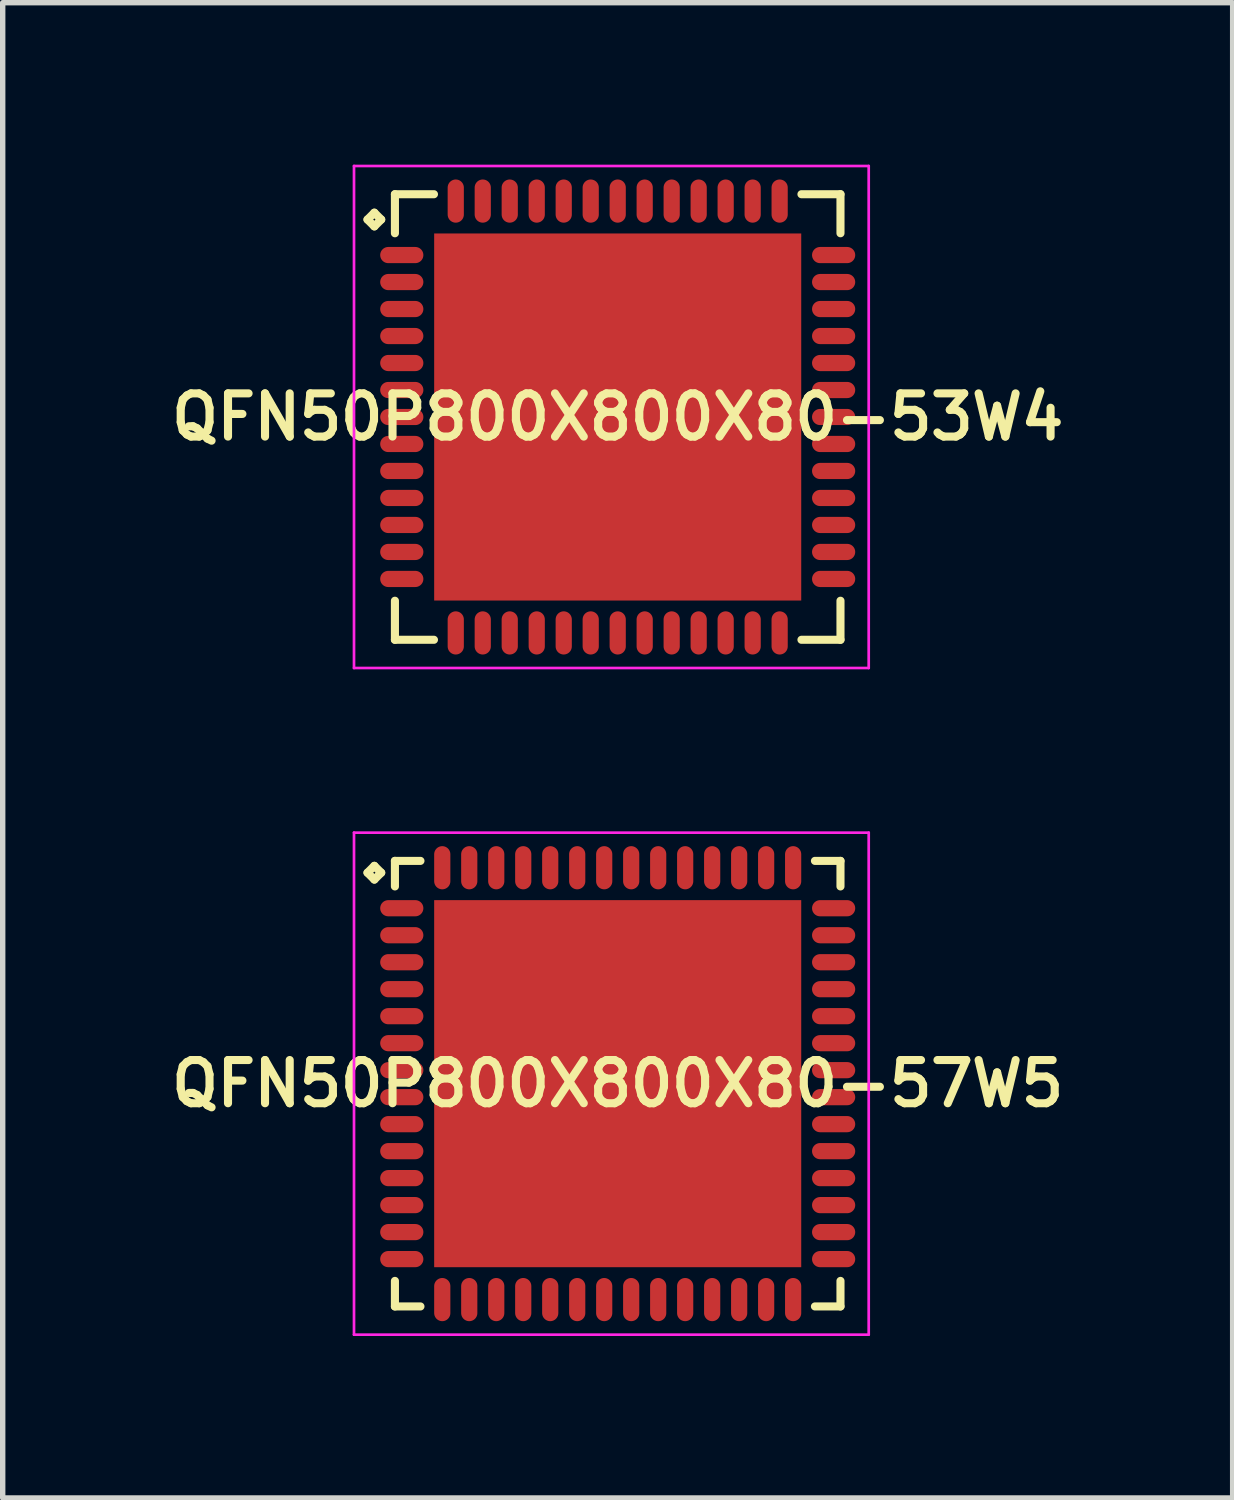
<source format=kicad_pcb>
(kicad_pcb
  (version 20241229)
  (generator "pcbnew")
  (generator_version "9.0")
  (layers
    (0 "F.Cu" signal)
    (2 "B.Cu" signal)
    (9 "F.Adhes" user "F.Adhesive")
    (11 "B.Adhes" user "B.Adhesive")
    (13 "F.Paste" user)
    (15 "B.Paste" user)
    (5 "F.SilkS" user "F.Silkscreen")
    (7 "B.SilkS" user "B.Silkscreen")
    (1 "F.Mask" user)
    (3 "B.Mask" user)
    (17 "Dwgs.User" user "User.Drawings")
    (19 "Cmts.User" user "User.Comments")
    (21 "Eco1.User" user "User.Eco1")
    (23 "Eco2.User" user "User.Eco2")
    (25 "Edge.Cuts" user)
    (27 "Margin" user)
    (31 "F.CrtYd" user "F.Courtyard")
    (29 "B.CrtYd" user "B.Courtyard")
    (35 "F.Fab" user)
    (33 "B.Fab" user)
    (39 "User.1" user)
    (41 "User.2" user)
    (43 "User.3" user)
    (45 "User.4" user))
  (footprint "QFN50P800X800X80-57W5"
    (layer "F.Cu")
    (at 8.393 17.025)
    (property "Reference" "QFN50P800X800X80-57W5" (at 0 0 0) (layer "F.SilkS") (effects (font (size 0.8 0.8) (thickness 0.15))))
    (attr smd)
    (fp_line (start -4.635 -3.908) (end -4.508 -4.035) (stroke (width 0.15) (type solid)) (layer "F.SilkS"))
    (fp_line (start -4.508 -4.035) (end -4.381 -3.908) (stroke (width 0.15) (type solid)) (layer "F.SilkS"))
    (fp_line (start -4.508 -3.781) (end -4.635 -3.908) (stroke (width 0.15) (type solid)) (layer "F.SilkS"))
    (fp_line (start -4.381 -3.908) (end -4.508 -3.781) (stroke (width 0.15) (type solid)) (layer "F.SilkS"))
    (fp_line (start -4.127 -4.127) (end -3.654 -4.127) (stroke (width 0.15) (type solid)) (layer "F.SilkS"))
    (fp_line (start -4.127 -3.654) (end -4.127 -4.127) (stroke (width 0.15) (type solid)) (layer "F.SilkS"))
    (fp_line (start -4.127 3.654) (end -4.127 4.127) (stroke (width 0.15) (type solid)) (layer "F.SilkS"))
    (fp_line (start -4.127 4.127) (end -3.654 4.127) (stroke (width 0.15) (type solid)) (layer "F.SilkS"))
    (fp_line (start 3.654 -4.127) (end 4.127 -4.127) (stroke (width 0.15) (type solid)) (layer "F.SilkS"))
    (fp_line (start 3.654 4.127) (end 4.127 4.127) (stroke (width 0.15) (type solid)) (layer "F.SilkS"))
    (fp_line (start 4.127 -4.127) (end 4.127 -3.654) (stroke (width 0.15) (type solid)) (layer "F.SilkS"))
    (fp_line (start 4.127 4.127) (end 4.127 3.654) (stroke (width 0.15) (type solid)) (layer "F.SilkS"))
    (fp_line (start -4.885 -4.65) (end 4.65 -4.65) (stroke (width 0.05) (type solid)) (layer "F.CrtYd"))
    (fp_line (start -4.885 4.65) (end -4.885 -4.65) (stroke (width 0.05) (type solid)) (layer "F.CrtYd"))
    (fp_line (start 4.65 -4.65) (end 4.65 4.65) (stroke (width 0.05) (type solid)) (layer "F.CrtYd"))
    (fp_line (start 4.65 4.65) (end -4.885 4.65) (stroke (width 0.05) (type solid)) (layer "F.CrtYd"))
    (pad "1" smd oval (at -4 -3.25) (size 0.8 0.3) (layers "F.Cu" "F.Mask" "F.Paste"))
    (pad "2" smd oval (at -4 -2.75) (size 0.8 0.3) (layers "F.Cu" "F.Mask" "F.Paste"))
    (pad "3" smd oval (at -4 -2.25) (size 0.8 0.3) (layers "F.Cu" "F.Mask" "F.Paste"))
    (pad "4" smd oval (at -4 -1.75) (size 0.8 0.3) (layers "F.Cu" "F.Mask" "F.Paste"))
    (pad "5" smd oval (at -4 -1.25) (size 0.8 0.3) (layers "F.Cu" "F.Mask" "F.Paste"))
    (pad "6" smd oval (at -4 -0.75) (size 0.8 0.3) (layers "F.Cu" "F.Mask" "F.Paste"))
    (pad "7" smd oval (at -4 -0.25) (size 0.8 0.3) (layers "F.Cu" "F.Mask" "F.Paste"))
    (pad "8" smd oval (at -4 0.25) (size 0.8 0.3) (layers "F.Cu" "F.Mask" "F.Paste"))
    (pad "9" smd oval (at -4 0.75) (size 0.8 0.3) (layers "F.Cu" "F.Mask" "F.Paste"))
    (pad "10" smd oval (at -4 1.25) (size 0.8 0.3) (layers "F.Cu" "F.Mask" "F.Paste"))
    (pad "11" smd oval (at -4 1.75) (size 0.8 0.3) (layers "F.Cu" "F.Mask" "F.Paste"))
    (pad "12" smd oval (at -4 2.25) (size 0.8 0.3) (layers "F.Cu" "F.Mask" "F.Paste"))
    (pad "13" smd oval (at -4 2.75) (size 0.8 0.3) (layers "F.Cu" "F.Mask" "F.Paste"))
    (pad "14" smd oval (at -4 3.25) (size 0.8 0.3) (layers "F.Cu" "F.Mask" "F.Paste"))
    (pad "15" smd oval (at -3.25 4) (size 0.3 0.8) (layers "F.Cu" "F.Mask" "F.Paste"))
    (pad "16" smd oval (at -2.75 4) (size 0.3 0.8) (layers "F.Cu" "F.Mask" "F.Paste"))
    (pad "17" smd oval (at -2.25 4) (size 0.3 0.8) (layers "F.Cu" "F.Mask" "F.Paste"))
    (pad "18" smd oval (at -1.75 4) (size 0.3 0.8) (layers "F.Cu" "F.Mask" "F.Paste"))
    (pad "19" smd oval (at -1.25 4) (size 0.3 0.8) (layers "F.Cu" "F.Mask" "F.Paste"))
    (pad "20" smd oval (at -0.75 4) (size 0.3 0.8) (layers "F.Cu" "F.Mask" "F.Paste"))
    (pad "21" smd oval (at -0.25 4) (size 0.3 0.8) (layers "F.Cu" "F.Mask" "F.Paste"))
    (pad "22" smd oval (at 0.25 4) (size 0.3 0.8) (layers "F.Cu" "F.Mask" "F.Paste"))
    (pad "23" smd oval (at 0.75 4) (size 0.3 0.8) (layers "F.Cu" "F.Mask" "F.Paste"))
    (pad "24" smd oval (at 1.25 4) (size 0.3 0.8) (layers "F.Cu" "F.Mask" "F.Paste"))
    (pad "25" smd oval (at 1.75 4) (size 0.3 0.8) (layers "F.Cu" "F.Mask" "F.Paste"))
    (pad "26" smd oval (at 2.25 4) (size 0.3 0.8) (layers "F.Cu" "F.Mask" "F.Paste"))
    (pad "27" smd oval (at 2.75 4) (size 0.3 0.8) (layers "F.Cu" "F.Mask" "F.Paste"))
    (pad "28" smd oval (at 3.25 4) (size 0.3 0.8) (layers "F.Cu" "F.Mask" "F.Paste"))
    (pad "29" smd oval (at 4 3.25) (size 0.8 0.3) (layers "F.Cu" "F.Mask" "F.Paste"))
    (pad "30" smd oval (at 4 2.75) (size 0.8 0.3) (layers "F.Cu" "F.Mask" "F.Paste"))
    (pad "31" smd oval (at 4 2.25) (size 0.8 0.3) (layers "F.Cu" "F.Mask" "F.Paste"))
    (pad "32" smd oval (at 4 1.75) (size 0.8 0.3) (layers "F.Cu" "F.Mask" "F.Paste"))
    (pad "33" smd oval (at 4 1.25) (size 0.8 0.3) (layers "F.Cu" "F.Mask" "F.Paste"))
    (pad "34" smd oval (at 4 0.75) (size 0.8 0.3) (layers "F.Cu" "F.Mask" "F.Paste"))
    (pad "35" smd oval (at 4 0.25) (size 0.8 0.3) (layers "F.Cu" "F.Mask" "F.Paste"))
    (pad "36" smd oval (at 4 -0.25) (size 0.8 0.3) (layers "F.Cu" "F.Mask" "F.Paste"))
    (pad "37" smd oval (at 4 -0.75) (size 0.8 0.3) (layers "F.Cu" "F.Mask" "F.Paste"))
    (pad "38" smd oval (at 4 -1.25) (size 0.8 0.3) (layers "F.Cu" "F.Mask" "F.Paste"))
    (pad "39" smd oval (at 4 -1.75) (size 0.8 0.3) (layers "F.Cu" "F.Mask" "F.Paste"))
    (pad "40" smd oval (at 4 -2.25) (size 0.8 0.3) (layers "F.Cu" "F.Mask" "F.Paste"))
    (pad "41" smd oval (at 4 -2.75) (size 0.8 0.3) (layers "F.Cu" "F.Mask" "F.Paste"))
    (pad "42" smd oval (at 4 -3.25) (size 0.8 0.3) (layers "F.Cu" "F.Mask" "F.Paste"))
    (pad "43" smd oval (at 3.25 -4) (size 0.3 0.8) (layers "F.Cu" "F.Mask" "F.Paste"))
    (pad "44" smd oval (at 2.75 -4) (size 0.3 0.8) (layers "F.Cu" "F.Mask" "F.Paste"))
    (pad "45" smd oval (at 2.25 -4) (size 0.3 0.8) (layers "F.Cu" "F.Mask" "F.Paste"))
    (pad "46" smd oval (at 1.75 -4) (size 0.3 0.8) (layers "F.Cu" "F.Mask" "F.Paste"))
    (pad "47" smd oval (at 1.25 -4) (size 0.3 0.8) (layers "F.Cu" "F.Mask" "F.Paste"))
    (pad "48" smd oval (at 0.75 -4) (size 0.3 0.8) (layers "F.Cu" "F.Mask" "F.Paste"))
    (pad "49" smd oval (at 0.25 -4) (size 0.3 0.8) (layers "F.Cu" "F.Mask" "F.Paste"))
    (pad "50" smd oval (at -0.25 -4) (size 0.3 0.8) (layers "F.Cu" "F.Mask" "F.Paste"))
    (pad "51" smd oval (at -0.75 -4) (size 0.3 0.8) (layers "F.Cu" "F.Mask" "F.Paste"))
    (pad "52" smd oval (at -1.25 -4) (size 0.3 0.8) (layers "F.Cu" "F.Mask" "F.Paste"))
    (pad "53" smd oval (at -1.75 -4) (size 0.3 0.8) (layers "F.Cu" "F.Mask" "F.Paste"))
    (pad "54" smd oval (at -2.25 -4) (size 0.3 0.8) (layers "F.Cu" "F.Mask" "F.Paste"))
    (pad "55" smd oval (at -2.75 -4) (size 0.3 0.8) (layers "F.Cu" "F.Mask" "F.Paste"))
    (pad "56" smd oval (at -3.25 -4) (size 0.3 0.8) (layers "F.Cu" "F.Mask" "F.Paste"))
    (pad "57" smd rect (at 0 0) (size 6.8 6.8) (layers "F.Cu" "F.Mask" "F.Paste")))
  (footprint "QFN50P800X800X80-53W4"
    (layer "F.Cu")
    (at 8.393 4.675)
    (property "Reference" "QFN50P800X800X80-53W4" (at 0 0 0) (layer "F.SilkS") (effects (font (size 0.8 0.8) (thickness 0.15))))
    (attr smd)
    (fp_line (start -4.635 -3.658) (end -4.508 -3.785) (stroke (width 0.15) (type solid)) (layer "F.SilkS"))
    (fp_line (start -4.508 -3.785) (end -4.381 -3.658) (stroke (width 0.15) (type solid)) (layer "F.SilkS"))
    (fp_line (start -4.508 -3.531) (end -4.635 -3.658) (stroke (width 0.15) (type solid)) (layer "F.SilkS"))
    (fp_line (start -4.381 -3.658) (end -4.508 -3.531) (stroke (width 0.15) (type solid)) (layer "F.SilkS"))
    (fp_line (start -4.127 -4.127) (end -3.404 -4.127) (stroke (width 0.15) (type solid)) (layer "F.SilkS"))
    (fp_line (start -4.127 -3.404) (end -4.127 -4.127) (stroke (width 0.15) (type solid)) (layer "F.SilkS"))
    (fp_line (start -4.127 3.404) (end -4.127 4.127) (stroke (width 0.15) (type solid)) (layer "F.SilkS"))
    (fp_line (start -4.127 4.127) (end -3.404 4.127) (stroke (width 0.15) (type solid)) (layer "F.SilkS"))
    (fp_line (start 3.404 -4.127) (end 4.127 -4.127) (stroke (width 0.15) (type solid)) (layer "F.SilkS"))
    (fp_line (start 3.404 4.127) (end 4.127 4.127) (stroke (width 0.15) (type solid)) (layer "F.SilkS"))
    (fp_line (start 4.127 -4.127) (end 4.127 -3.404) (stroke (width 0.15) (type solid)) (layer "F.SilkS"))
    (fp_line (start 4.127 4.127) (end 4.127 3.404) (stroke (width 0.15) (type solid)) (layer "F.SilkS"))
    (fp_line (start -4.885 -4.65) (end 4.65 -4.65) (stroke (width 0.05) (type solid)) (layer "F.CrtYd"))
    (fp_line (start -4.885 4.65) (end -4.885 -4.65) (stroke (width 0.05) (type solid)) (layer "F.CrtYd"))
    (fp_line (start 4.65 -4.65) (end 4.65 4.65) (stroke (width 0.05) (type solid)) (layer "F.CrtYd"))
    (fp_line (start 4.65 4.65) (end -4.885 4.65) (stroke (width 0.05) (type solid)) (layer "F.CrtYd"))
    (pad "1" smd oval (at -4 -3) (size 0.8 0.3) (layers "F.Cu" "F.Mask" "F.Paste"))
    (pad "2" smd oval (at -4 -2.5) (size 0.8 0.3) (layers "F.Cu" "F.Mask" "F.Paste"))
    (pad "3" smd oval (at -4 -2) (size 0.8 0.3) (layers "F.Cu" "F.Mask" "F.Paste"))
    (pad "4" smd oval (at -4 -1.5) (size 0.8 0.3) (layers "F.Cu" "F.Mask" "F.Paste"))
    (pad "5" smd oval (at -4 -1) (size 0.8 0.3) (layers "F.Cu" "F.Mask" "F.Paste"))
    (pad "6" smd oval (at -4 -0.5) (size 0.8 0.3) (layers "F.Cu" "F.Mask" "F.Paste"))
    (pad "7" smd oval (at -4 0) (size 0.8 0.3) (layers "F.Cu" "F.Mask" "F.Paste"))
    (pad "8" smd oval (at -4 0.5) (size 0.8 0.3) (layers "F.Cu" "F.Mask" "F.Paste"))
    (pad "9" smd oval (at -4 1) (size 0.8 0.3) (layers "F.Cu" "F.Mask" "F.Paste"))
    (pad "10" smd oval (at -4 1.5) (size 0.8 0.3) (layers "F.Cu" "F.Mask" "F.Paste"))
    (pad "11" smd oval (at -4 2) (size 0.8 0.3) (layers "F.Cu" "F.Mask" "F.Paste"))
    (pad "12" smd oval (at -4 2.5) (size 0.8 0.3) (layers "F.Cu" "F.Mask" "F.Paste"))
    (pad "13" smd oval (at -4 3) (size 0.8 0.3) (layers "F.Cu" "F.Mask" "F.Paste"))
    (pad "14" smd oval (at -3 4) (size 0.3 0.8) (layers "F.Cu" "F.Mask" "F.Paste"))
    (pad "15" smd oval (at -2.5 4) (size 0.3 0.8) (layers "F.Cu" "F.Mask" "F.Paste"))
    (pad "16" smd oval (at -2 4) (size 0.3 0.8) (layers "F.Cu" "F.Mask" "F.Paste"))
    (pad "17" smd oval (at -1.5 4) (size 0.3 0.8) (layers "F.Cu" "F.Mask" "F.Paste"))
    (pad "18" smd oval (at -1 4) (size 0.3 0.8) (layers "F.Cu" "F.Mask" "F.Paste"))
    (pad "19" smd oval (at -0.5 4) (size 0.3 0.8) (layers "F.Cu" "F.Mask" "F.Paste"))
    (pad "20" smd oval (at 0 4) (size 0.3 0.8) (layers "F.Cu" "F.Mask" "F.Paste"))
    (pad "21" smd oval (at 0.5 4) (size 0.3 0.8) (layers "F.Cu" "F.Mask" "F.Paste"))
    (pad "22" smd oval (at 1 4) (size 0.3 0.8) (layers "F.Cu" "F.Mask" "F.Paste"))
    (pad "23" smd oval (at 1.5 4) (size 0.3 0.8) (layers "F.Cu" "F.Mask" "F.Paste"))
    (pad "24" smd oval (at 2 4) (size 0.3 0.8) (layers "F.Cu" "F.Mask" "F.Paste"))
    (pad "25" smd oval (at 2.5 4) (size 0.3 0.8) (layers "F.Cu" "F.Mask" "F.Paste"))
    (pad "26" smd oval (at 3 4) (size 0.3 0.8) (layers "F.Cu" "F.Mask" "F.Paste"))
    (pad "27" smd oval (at 4 3) (size 0.8 0.3) (layers "F.Cu" "F.Mask" "F.Paste"))
    (pad "28" smd oval (at 4 2.5) (size 0.8 0.3) (layers "F.Cu" "F.Mask" "F.Paste"))
    (pad "29" smd oval (at 4 2) (size 0.8 0.3) (layers "F.Cu" "F.Mask" "F.Paste"))
    (pad "30" smd oval (at 4 1.5) (size 0.8 0.3) (layers "F.Cu" "F.Mask" "F.Paste"))
    (pad "31" smd oval (at 4 1) (size 0.8 0.3) (layers "F.Cu" "F.Mask" "F.Paste"))
    (pad "32" smd oval (at 4 0.5) (size 0.8 0.3) (layers "F.Cu" "F.Mask" "F.Paste"))
    (pad "33" smd oval (at 4 0) (size 0.8 0.3) (layers "F.Cu" "F.Mask" "F.Paste"))
    (pad "34" smd oval (at 4 -0.5) (size 0.8 0.3) (layers "F.Cu" "F.Mask" "F.Paste"))
    (pad "35" smd oval (at 4 -1) (size 0.8 0.3) (layers "F.Cu" "F.Mask" "F.Paste"))
    (pad "36" smd oval (at 4 -1.5) (size 0.8 0.3) (layers "F.Cu" "F.Mask" "F.Paste"))
    (pad "37" smd oval (at 4 -2) (size 0.8 0.3) (layers "F.Cu" "F.Mask" "F.Paste"))
    (pad "38" smd oval (at 4 -2.5) (size 0.8 0.3) (layers "F.Cu" "F.Mask" "F.Paste"))
    (pad "39" smd oval (at 4 -3) (size 0.8 0.3) (layers "F.Cu" "F.Mask" "F.Paste"))
    (pad "40" smd oval (at 3 -4) (size 0.3 0.8) (layers "F.Cu" "F.Mask" "F.Paste"))
    (pad "41" smd oval (at 2.5 -4) (size 0.3 0.8) (layers "F.Cu" "F.Mask" "F.Paste"))
    (pad "42" smd oval (at 2 -4) (size 0.3 0.8) (layers "F.Cu" "F.Mask" "F.Paste"))
    (pad "43" smd oval (at 1.5 -4) (size 0.3 0.8) (layers "F.Cu" "F.Mask" "F.Paste"))
    (pad "44" smd oval (at 1 -4) (size 0.3 0.8) (layers "F.Cu" "F.Mask" "F.Paste"))
    (pad "45" smd oval (at 0.5 -4) (size 0.3 0.8) (layers "F.Cu" "F.Mask" "F.Paste"))
    (pad "46" smd oval (at 0 -4) (size 0.3 0.8) (layers "F.Cu" "F.Mask" "F.Paste"))
    (pad "47" smd oval (at -0.5 -4) (size 0.3 0.8) (layers "F.Cu" "F.Mask" "F.Paste"))
    (pad "48" smd oval (at -1 -4) (size 0.3 0.8) (layers "F.Cu" "F.Mask" "F.Paste"))
    (pad "49" smd oval (at -1.5 -4) (size 0.3 0.8) (layers "F.Cu" "F.Mask" "F.Paste"))
    (pad "50" smd oval (at -2 -4) (size 0.3 0.8) (layers "F.Cu" "F.Mask" "F.Paste"))
    (pad "51" smd oval (at -2.5 -4) (size 0.3 0.8) (layers "F.Cu" "F.Mask" "F.Paste"))
    (pad "52" smd oval (at -3 -4) (size 0.3 0.8) (layers "F.Cu" "F.Mask" "F.Paste"))
    (pad "53" smd rect (at 0 0) (size 6.8 6.8) (layers "F.Cu" "F.Mask" "F.Paste")))
  (gr_rect
    (start -3 -3)
    (end 19.785 24.7)
    (stroke (width 0.1) (type default))
    (fill no)
    (layer "Edge.Cuts")))
</source>
